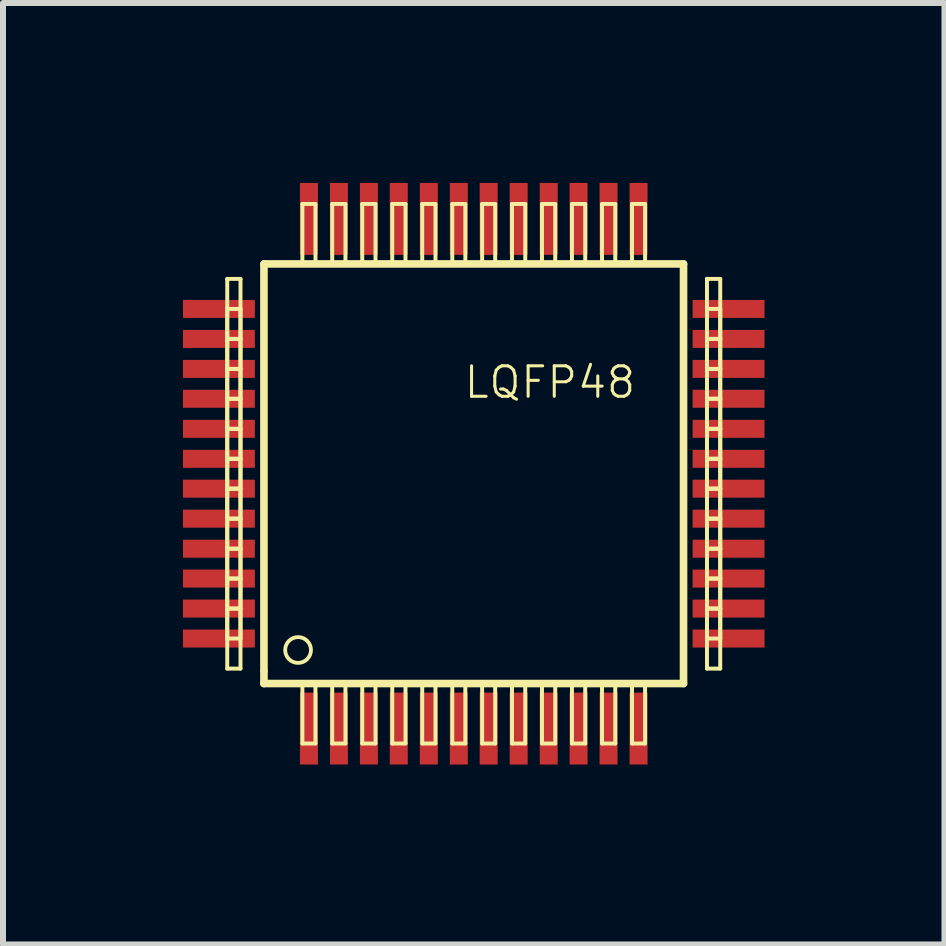
<source format=kicad_pcb>
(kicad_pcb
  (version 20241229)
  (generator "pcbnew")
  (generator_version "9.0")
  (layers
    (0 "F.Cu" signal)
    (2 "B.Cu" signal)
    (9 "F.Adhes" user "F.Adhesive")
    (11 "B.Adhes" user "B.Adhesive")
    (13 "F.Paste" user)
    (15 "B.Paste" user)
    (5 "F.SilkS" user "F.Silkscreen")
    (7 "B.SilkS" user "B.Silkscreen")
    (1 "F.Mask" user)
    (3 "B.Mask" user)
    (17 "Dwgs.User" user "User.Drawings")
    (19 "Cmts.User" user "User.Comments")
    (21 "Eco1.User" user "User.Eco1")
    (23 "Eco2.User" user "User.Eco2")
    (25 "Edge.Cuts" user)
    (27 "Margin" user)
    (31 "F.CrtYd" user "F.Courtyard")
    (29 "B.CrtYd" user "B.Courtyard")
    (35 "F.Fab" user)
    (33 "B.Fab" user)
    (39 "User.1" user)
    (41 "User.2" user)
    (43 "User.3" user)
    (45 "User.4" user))
  (footprint "LQFP48"
    (layer "F.Cu")
    (at 4.849 4.849)
    (property "Reference" "LQFP48" (at 1.27 -1.524 0) (layer "F.SilkS") (effects (font (size 0.508 0.508) (thickness 0.051))))
    (attr smd)
    (fp_line (start -4.11 -3.249) (end -3.889 -3.249) (stroke (width 0.066) (type solid)) (layer "F.SilkS"))
    (fp_line (start -4.11 -2.748) (end -3.889 -2.748) (stroke (width 0.066) (type solid)) (layer "F.SilkS"))
    (fp_line (start -4.11 -2.248) (end -4.11 -3.249) (stroke (width 0.066) (type solid)) (layer "F.SilkS"))
    (fp_line (start -4.11 -2.248) (end -3.889 -2.248) (stroke (width 0.066) (type solid)) (layer "F.SilkS"))
    (fp_line (start -4.11 -2.248) (end -3.889 -2.248) (stroke (width 0.066) (type solid)) (layer "F.SilkS"))
    (fp_line (start -4.11 -1.748) (end -4.11 -2.748) (stroke (width 0.066) (type solid)) (layer "F.SilkS"))
    (fp_line (start -4.11 -1.748) (end -3.889 -1.748) (stroke (width 0.066) (type solid)) (layer "F.SilkS"))
    (fp_line (start -4.11 -1.748) (end -3.889 -1.748) (stroke (width 0.066) (type solid)) (layer "F.SilkS"))
    (fp_line (start -4.11 -1.25) (end -4.11 -2.248) (stroke (width 0.066) (type solid)) (layer "F.SilkS"))
    (fp_line (start -4.11 -1.25) (end -3.889 -1.25) (stroke (width 0.066) (type solid)) (layer "F.SilkS"))
    (fp_line (start -4.11 -1.25) (end -3.889 -1.25) (stroke (width 0.066) (type solid)) (layer "F.SilkS"))
    (fp_line (start -4.11 -0.749) (end -4.11 -1.748) (stroke (width 0.066) (type solid)) (layer "F.SilkS"))
    (fp_line (start -4.11 -0.749) (end -3.889 -0.749) (stroke (width 0.066) (type solid)) (layer "F.SilkS"))
    (fp_line (start -4.11 -0.749) (end -3.889 -0.749) (stroke (width 0.066) (type solid)) (layer "F.SilkS"))
    (fp_line (start -4.11 -0.249) (end -4.11 -1.25) (stroke (width 0.066) (type solid)) (layer "F.SilkS"))
    (fp_line (start -4.11 -0.249) (end -3.889 -0.249) (stroke (width 0.066) (type solid)) (layer "F.SilkS"))
    (fp_line (start -4.11 -0.249) (end -3.889 -0.249) (stroke (width 0.066) (type solid)) (layer "F.SilkS"))
    (fp_line (start -4.11 0.249) (end -4.11 -0.749) (stroke (width 0.066) (type solid)) (layer "F.SilkS"))
    (fp_line (start -4.11 0.249) (end -3.889 0.249) (stroke (width 0.066) (type solid)) (layer "F.SilkS"))
    (fp_line (start -4.11 0.249) (end -3.889 0.249) (stroke (width 0.066) (type solid)) (layer "F.SilkS"))
    (fp_line (start -4.11 0.749) (end -4.11 -0.249) (stroke (width 0.066) (type solid)) (layer "F.SilkS"))
    (fp_line (start -4.11 0.749) (end -3.889 0.749) (stroke (width 0.066) (type solid)) (layer "F.SilkS"))
    (fp_line (start -4.11 0.749) (end -3.889 0.749) (stroke (width 0.066) (type solid)) (layer "F.SilkS"))
    (fp_line (start -4.11 1.25) (end -4.11 0.249) (stroke (width 0.066) (type solid)) (layer "F.SilkS"))
    (fp_line (start -4.11 1.25) (end -3.889 1.25) (stroke (width 0.066) (type solid)) (layer "F.SilkS"))
    (fp_line (start -4.11 1.25) (end -3.889 1.25) (stroke (width 0.066) (type solid)) (layer "F.SilkS"))
    (fp_line (start -4.11 1.748) (end -4.11 0.749) (stroke (width 0.066) (type solid)) (layer "F.SilkS"))
    (fp_line (start -4.11 1.748) (end -3.889 1.748) (stroke (width 0.066) (type solid)) (layer "F.SilkS"))
    (fp_line (start -4.11 1.748) (end -3.889 1.748) (stroke (width 0.066) (type solid)) (layer "F.SilkS"))
    (fp_line (start -4.11 2.248) (end -4.11 1.25) (stroke (width 0.066) (type solid)) (layer "F.SilkS"))
    (fp_line (start -4.11 2.248) (end -3.889 2.248) (stroke (width 0.066) (type solid)) (layer "F.SilkS"))
    (fp_line (start -4.11 2.248) (end -3.889 2.248) (stroke (width 0.066) (type solid)) (layer "F.SilkS"))
    (fp_line (start -4.11 2.748) (end -4.11 1.748) (stroke (width 0.066) (type solid)) (layer "F.SilkS"))
    (fp_line (start -4.11 2.748) (end -3.889 2.748) (stroke (width 0.066) (type solid)) (layer "F.SilkS"))
    (fp_line (start -4.11 3.249) (end -4.11 2.248) (stroke (width 0.066) (type solid)) (layer "F.SilkS"))
    (fp_line (start -4.11 3.249) (end -3.889 3.249) (stroke (width 0.066) (type solid)) (layer "F.SilkS"))
    (fp_line (start -3.889 -2.248) (end -3.889 -3.249) (stroke (width 0.066) (type solid)) (layer "F.SilkS"))
    (fp_line (start -3.889 -1.748) (end -3.889 -2.748) (stroke (width 0.066) (type solid)) (layer "F.SilkS"))
    (fp_line (start -3.889 -1.25) (end -3.889 -2.248) (stroke (width 0.066) (type solid)) (layer "F.SilkS"))
    (fp_line (start -3.889 -0.749) (end -3.889 -1.748) (stroke (width 0.066) (type solid)) (layer "F.SilkS"))
    (fp_line (start -3.889 -0.249) (end -3.889 -1.25) (stroke (width 0.066) (type solid)) (layer "F.SilkS"))
    (fp_line (start -3.889 0.249) (end -3.889 -0.749) (stroke (width 0.066) (type solid)) (layer "F.SilkS"))
    (fp_line (start -3.889 0.749) (end -3.889 -0.249) (stroke (width 0.066) (type solid)) (layer "F.SilkS"))
    (fp_line (start -3.889 1.25) (end -3.889 0.249) (stroke (width 0.066) (type solid)) (layer "F.SilkS"))
    (fp_line (start -3.889 1.748) (end -3.889 0.749) (stroke (width 0.066) (type solid)) (layer "F.SilkS"))
    (fp_line (start -3.889 2.248) (end -3.889 1.25) (stroke (width 0.066) (type solid)) (layer "F.SilkS"))
    (fp_line (start -3.889 2.748) (end -3.889 1.748) (stroke (width 0.066) (type solid)) (layer "F.SilkS"))
    (fp_line (start -3.889 3.249) (end -3.889 2.248) (stroke (width 0.066) (type solid)) (layer "F.SilkS"))
    (fp_line (start -3.498 -3.498) (end 3.498 -3.498) (stroke (width 0.127) (type solid)) (layer "F.SilkS"))
    (fp_line (start -3.498 3.279) (end -3.498 -3.498) (stroke (width 0.127) (type solid)) (layer "F.SilkS"))
    (fp_line (start -3.498 3.498) (end -3.498 3.289) (stroke (width 0.127) (type solid)) (layer "F.SilkS"))
    (fp_line (start -2.857 -4.498) (end -2.639 -4.498) (stroke (width 0.066) (type solid)) (layer "F.SilkS"))
    (fp_line (start -2.857 -3.498) (end -2.857 -4.498) (stroke (width 0.066) (type solid)) (layer "F.SilkS"))
    (fp_line (start -2.857 -3.498) (end -2.639 -3.498) (stroke (width 0.066) (type solid)) (layer "F.SilkS"))
    (fp_line (start -2.857 3.498) (end -2.639 3.498) (stroke (width 0.066) (type solid)) (layer "F.SilkS"))
    (fp_line (start -2.857 4.498) (end -2.857 3.498) (stroke (width 0.066) (type solid)) (layer "F.SilkS"))
    (fp_line (start -2.857 4.498) (end -2.639 4.498) (stroke (width 0.066) (type solid)) (layer "F.SilkS"))
    (fp_line (start -2.639 -3.498) (end -2.639 -4.498) (stroke (width 0.066) (type solid)) (layer "F.SilkS"))
    (fp_line (start -2.639 4.498) (end -2.639 3.498) (stroke (width 0.066) (type solid)) (layer "F.SilkS"))
    (fp_line (start -2.36 -4.498) (end -2.139 -4.498) (stroke (width 0.066) (type solid)) (layer "F.SilkS"))
    (fp_line (start -2.36 -3.498) (end -2.36 -4.498) (stroke (width 0.066) (type solid)) (layer "F.SilkS"))
    (fp_line (start -2.36 -3.498) (end -2.139 -3.498) (stroke (width 0.066) (type solid)) (layer "F.SilkS"))
    (fp_line (start -2.36 3.498) (end -2.139 3.498) (stroke (width 0.066) (type solid)) (layer "F.SilkS"))
    (fp_line (start -2.36 4.498) (end -2.36 3.498) (stroke (width 0.066) (type solid)) (layer "F.SilkS"))
    (fp_line (start -2.36 4.498) (end -2.139 4.498) (stroke (width 0.066) (type solid)) (layer "F.SilkS"))
    (fp_line (start -2.139 -3.498) (end -2.139 -4.498) (stroke (width 0.066) (type solid)) (layer "F.SilkS"))
    (fp_line (start -2.139 4.498) (end -2.139 3.498) (stroke (width 0.066) (type solid)) (layer "F.SilkS"))
    (fp_line (start -1.859 -4.498) (end -1.638 -4.498) (stroke (width 0.066) (type solid)) (layer "F.SilkS"))
    (fp_line (start -1.859 -3.498) (end -1.859 -4.498) (stroke (width 0.066) (type solid)) (layer "F.SilkS"))
    (fp_line (start -1.859 -3.498) (end -1.638 -3.498) (stroke (width 0.066) (type solid)) (layer "F.SilkS"))
    (fp_line (start -1.859 3.498) (end -1.638 3.498) (stroke (width 0.066) (type solid)) (layer "F.SilkS"))
    (fp_line (start -1.859 4.498) (end -1.859 3.498) (stroke (width 0.066) (type solid)) (layer "F.SilkS"))
    (fp_line (start -1.859 4.498) (end -1.638 4.498) (stroke (width 0.066) (type solid)) (layer "F.SilkS"))
    (fp_line (start -1.638 -3.498) (end -1.638 -4.498) (stroke (width 0.066) (type solid)) (layer "F.SilkS"))
    (fp_line (start -1.638 4.498) (end -1.638 3.498) (stroke (width 0.066) (type solid)) (layer "F.SilkS"))
    (fp_line (start -1.359 -4.498) (end -1.138 -4.498) (stroke (width 0.066) (type solid)) (layer "F.SilkS"))
    (fp_line (start -1.359 -3.498) (end -1.359 -4.498) (stroke (width 0.066) (type solid)) (layer "F.SilkS"))
    (fp_line (start -1.359 -3.498) (end -1.138 -3.498) (stroke (width 0.066) (type solid)) (layer "F.SilkS"))
    (fp_line (start -1.359 3.498) (end -1.138 3.498) (stroke (width 0.066) (type solid)) (layer "F.SilkS"))
    (fp_line (start -1.359 4.498) (end -1.359 3.498) (stroke (width 0.066) (type solid)) (layer "F.SilkS"))
    (fp_line (start -1.359 4.498) (end -1.138 4.498) (stroke (width 0.066) (type solid)) (layer "F.SilkS"))
    (fp_line (start -1.138 -3.498) (end -1.138 -4.498) (stroke (width 0.066) (type solid)) (layer "F.SilkS"))
    (fp_line (start -1.138 4.498) (end -1.138 3.498) (stroke (width 0.066) (type solid)) (layer "F.SilkS"))
    (fp_line (start -0.859 -4.498) (end -0.638 -4.498) (stroke (width 0.066) (type solid)) (layer "F.SilkS"))
    (fp_line (start -0.859 -3.498) (end -0.859 -4.498) (stroke (width 0.066) (type solid)) (layer "F.SilkS"))
    (fp_line (start -0.859 -3.498) (end -0.638 -3.498) (stroke (width 0.066) (type solid)) (layer "F.SilkS"))
    (fp_line (start -0.859 3.498) (end -0.638 3.498) (stroke (width 0.066) (type solid)) (layer "F.SilkS"))
    (fp_line (start -0.859 4.498) (end -0.859 3.498) (stroke (width 0.066) (type solid)) (layer "F.SilkS"))
    (fp_line (start -0.859 4.498) (end -0.638 4.498) (stroke (width 0.066) (type solid)) (layer "F.SilkS"))
    (fp_line (start -0.638 -3.498) (end -0.638 -4.498) (stroke (width 0.066) (type solid)) (layer "F.SilkS"))
    (fp_line (start -0.638 4.498) (end -0.638 3.498) (stroke (width 0.066) (type solid)) (layer "F.SilkS"))
    (fp_line (start -0.358 -4.498) (end -0.14 -4.498) (stroke (width 0.066) (type solid)) (layer "F.SilkS"))
    (fp_line (start -0.358 -3.498) (end -0.358 -4.498) (stroke (width 0.066) (type solid)) (layer "F.SilkS"))
    (fp_line (start -0.358 -3.498) (end -0.14 -3.498) (stroke (width 0.066) (type solid)) (layer "F.SilkS"))
    (fp_line (start -0.358 3.498) (end -0.14 3.498) (stroke (width 0.066) (type solid)) (layer "F.SilkS"))
    (fp_line (start -0.358 4.498) (end -0.358 3.498) (stroke (width 0.066) (type solid)) (layer "F.SilkS"))
    (fp_line (start -0.358 4.498) (end -0.14 4.498) (stroke (width 0.066) (type solid)) (layer "F.SilkS"))
    (fp_line (start -0.14 -3.498) (end -0.14 -4.498) (stroke (width 0.066) (type solid)) (layer "F.SilkS"))
    (fp_line (start -0.14 4.498) (end -0.14 3.498) (stroke (width 0.066) (type solid)) (layer "F.SilkS"))
    (fp_line (start 0.14 -4.498) (end 0.358 -4.498) (stroke (width 0.066) (type solid)) (layer "F.SilkS"))
    (fp_line (start 0.14 -3.498) (end 0.14 -4.498) (stroke (width 0.066) (type solid)) (layer "F.SilkS"))
    (fp_line (start 0.14 -3.498) (end 0.358 -3.498) (stroke (width 0.066) (type solid)) (layer "F.SilkS"))
    (fp_line (start 0.14 3.498) (end 0.358 3.498) (stroke (width 0.066) (type solid)) (layer "F.SilkS"))
    (fp_line (start 0.14 4.498) (end 0.14 3.498) (stroke (width 0.066) (type solid)) (layer "F.SilkS"))
    (fp_line (start 0.14 4.498) (end 0.358 4.498) (stroke (width 0.066) (type solid)) (layer "F.SilkS"))
    (fp_line (start 0.358 -3.498) (end 0.358 -4.498) (stroke (width 0.066) (type solid)) (layer "F.SilkS"))
    (fp_line (start 0.358 4.498) (end 0.358 3.498) (stroke (width 0.066) (type solid)) (layer "F.SilkS"))
    (fp_line (start 0.638 -4.498) (end 0.859 -4.498) (stroke (width 0.066) (type solid)) (layer "F.SilkS"))
    (fp_line (start 0.638 -3.498) (end 0.638 -4.498) (stroke (width 0.066) (type solid)) (layer "F.SilkS"))
    (fp_line (start 0.638 -3.498) (end 0.859 -3.498) (stroke (width 0.066) (type solid)) (layer "F.SilkS"))
    (fp_line (start 0.638 3.498) (end 0.859 3.498) (stroke (width 0.066) (type solid)) (layer "F.SilkS"))
    (fp_line (start 0.638 4.498) (end 0.638 3.498) (stroke (width 0.066) (type solid)) (layer "F.SilkS"))
    (fp_line (start 0.638 4.498) (end 0.859 4.498) (stroke (width 0.066) (type solid)) (layer "F.SilkS"))
    (fp_line (start 0.859 -3.498) (end 0.859 -4.498) (stroke (width 0.066) (type solid)) (layer "F.SilkS"))
    (fp_line (start 0.859 4.498) (end 0.859 3.498) (stroke (width 0.066) (type solid)) (layer "F.SilkS"))
    (fp_line (start 1.138 -4.498) (end 1.359 -4.498) (stroke (width 0.066) (type solid)) (layer "F.SilkS"))
    (fp_line (start 1.138 -3.498) (end 1.138 -4.498) (stroke (width 0.066) (type solid)) (layer "F.SilkS"))
    (fp_line (start 1.138 -3.498) (end 1.359 -3.498) (stroke (width 0.066) (type solid)) (layer "F.SilkS"))
    (fp_line (start 1.138 3.498) (end 1.359 3.498) (stroke (width 0.066) (type solid)) (layer "F.SilkS"))
    (fp_line (start 1.138 4.498) (end 1.138 3.498) (stroke (width 0.066) (type solid)) (layer "F.SilkS"))
    (fp_line (start 1.138 4.498) (end 1.359 4.498) (stroke (width 0.066) (type solid)) (layer "F.SilkS"))
    (fp_line (start 1.359 -3.498) (end 1.359 -4.498) (stroke (width 0.066) (type solid)) (layer "F.SilkS"))
    (fp_line (start 1.359 4.498) (end 1.359 3.498) (stroke (width 0.066) (type solid)) (layer "F.SilkS"))
    (fp_line (start 1.638 -4.498) (end 1.859 -4.498) (stroke (width 0.066) (type solid)) (layer "F.SilkS"))
    (fp_line (start 1.638 -3.498) (end 1.638 -4.498) (stroke (width 0.066) (type solid)) (layer "F.SilkS"))
    (fp_line (start 1.638 -3.498) (end 1.859 -3.498) (stroke (width 0.066) (type solid)) (layer "F.SilkS"))
    (fp_line (start 1.638 3.498) (end 1.859 3.498) (stroke (width 0.066) (type solid)) (layer "F.SilkS"))
    (fp_line (start 1.638 4.498) (end 1.638 3.498) (stroke (width 0.066) (type solid)) (layer "F.SilkS"))
    (fp_line (start 1.638 4.498) (end 1.859 4.498) (stroke (width 0.066) (type solid)) (layer "F.SilkS"))
    (fp_line (start 1.859 -3.498) (end 1.859 -4.498) (stroke (width 0.066) (type solid)) (layer "F.SilkS"))
    (fp_line (start 1.859 4.498) (end 1.859 3.498) (stroke (width 0.066) (type solid)) (layer "F.SilkS"))
    (fp_line (start 2.139 -4.498) (end 2.36 -4.498) (stroke (width 0.066) (type solid)) (layer "F.SilkS"))
    (fp_line (start 2.139 -3.498) (end 2.139 -4.498) (stroke (width 0.066) (type solid)) (layer "F.SilkS"))
    (fp_line (start 2.139 -3.498) (end 2.36 -3.498) (stroke (width 0.066) (type solid)) (layer "F.SilkS"))
    (fp_line (start 2.139 3.498) (end 2.36 3.498) (stroke (width 0.066) (type solid)) (layer "F.SilkS"))
    (fp_line (start 2.139 4.498) (end 2.139 3.498) (stroke (width 0.066) (type solid)) (layer "F.SilkS"))
    (fp_line (start 2.139 4.498) (end 2.36 4.498) (stroke (width 0.066) (type solid)) (layer "F.SilkS"))
    (fp_line (start 2.36 -3.498) (end 2.36 -4.498) (stroke (width 0.066) (type solid)) (layer "F.SilkS"))
    (fp_line (start 2.36 4.498) (end 2.36 3.498) (stroke (width 0.066) (type solid)) (layer "F.SilkS"))
    (fp_line (start 2.639 -4.498) (end 2.857 -4.498) (stroke (width 0.066) (type solid)) (layer "F.SilkS"))
    (fp_line (start 2.639 -3.498) (end 2.639 -4.498) (stroke (width 0.066) (type solid)) (layer "F.SilkS"))
    (fp_line (start 2.639 -3.498) (end 2.857 -3.498) (stroke (width 0.066) (type solid)) (layer "F.SilkS"))
    (fp_line (start 2.639 3.498) (end 2.857 3.498) (stroke (width 0.066) (type solid)) (layer "F.SilkS"))
    (fp_line (start 2.639 4.498) (end 2.639 3.498) (stroke (width 0.066) (type solid)) (layer "F.SilkS"))
    (fp_line (start 2.639 4.498) (end 2.857 4.498) (stroke (width 0.066) (type solid)) (layer "F.SilkS"))
    (fp_line (start 2.857 -3.498) (end 2.857 -4.498) (stroke (width 0.066) (type solid)) (layer "F.SilkS"))
    (fp_line (start 2.857 4.498) (end 2.857 3.498) (stroke (width 0.066) (type solid)) (layer "F.SilkS"))
    (fp_line (start 3.498 -3.498) (end 3.498 3.498) (stroke (width 0.127) (type solid)) (layer "F.SilkS"))
    (fp_line (start 3.498 3.498) (end -3.498 3.498) (stroke (width 0.127) (type solid)) (layer "F.SilkS"))
    (fp_line (start 3.889 -3.249) (end 4.11 -3.249) (stroke (width 0.066) (type solid)) (layer "F.SilkS"))
    (fp_line (start 3.889 -2.748) (end 4.11 -2.748) (stroke (width 0.066) (type solid)) (layer "F.SilkS"))
    (fp_line (start 3.889 -2.248) (end 3.889 -3.249) (stroke (width 0.066) (type solid)) (layer "F.SilkS"))
    (fp_line (start 3.889 -2.248) (end 4.11 -2.248) (stroke (width 0.066) (type solid)) (layer "F.SilkS"))
    (fp_line (start 3.889 -2.248) (end 4.11 -2.248) (stroke (width 0.066) (type solid)) (layer "F.SilkS"))
    (fp_line (start 3.889 -1.748) (end 3.889 -2.748) (stroke (width 0.066) (type solid)) (layer "F.SilkS"))
    (fp_line (start 3.889 -1.748) (end 4.11 -1.748) (stroke (width 0.066) (type solid)) (layer "F.SilkS"))
    (fp_line (start 3.889 -1.748) (end 4.11 -1.748) (stroke (width 0.066) (type solid)) (layer "F.SilkS"))
    (fp_line (start 3.889 -1.25) (end 3.889 -2.248) (stroke (width 0.066) (type solid)) (layer "F.SilkS"))
    (fp_line (start 3.889 -1.25) (end 4.11 -1.25) (stroke (width 0.066) (type solid)) (layer "F.SilkS"))
    (fp_line (start 3.889 -1.25) (end 4.11 -1.25) (stroke (width 0.066) (type solid)) (layer "F.SilkS"))
    (fp_line (start 3.889 -0.749) (end 3.889 -1.748) (stroke (width 0.066) (type solid)) (layer "F.SilkS"))
    (fp_line (start 3.889 -0.749) (end 4.11 -0.749) (stroke (width 0.066) (type solid)) (layer "F.SilkS"))
    (fp_line (start 3.889 -0.749) (end 4.11 -0.749) (stroke (width 0.066) (type solid)) (layer "F.SilkS"))
    (fp_line (start 3.889 -0.249) (end 3.889 -1.25) (stroke (width 0.066) (type solid)) (layer "F.SilkS"))
    (fp_line (start 3.889 -0.249) (end 4.11 -0.249) (stroke (width 0.066) (type solid)) (layer "F.SilkS"))
    (fp_line (start 3.889 -0.249) (end 4.11 -0.249) (stroke (width 0.066) (type solid)) (layer "F.SilkS"))
    (fp_line (start 3.889 0.249) (end 3.889 -0.749) (stroke (width 0.066) (type solid)) (layer "F.SilkS"))
    (fp_line (start 3.889 0.249) (end 4.11 0.249) (stroke (width 0.066) (type solid)) (layer "F.SilkS"))
    (fp_line (start 3.889 0.249) (end 4.11 0.249) (stroke (width 0.066) (type solid)) (layer "F.SilkS"))
    (fp_line (start 3.889 0.749) (end 3.889 -0.249) (stroke (width 0.066) (type solid)) (layer "F.SilkS"))
    (fp_line (start 3.889 0.749) (end 4.11 0.749) (stroke (width 0.066) (type solid)) (layer "F.SilkS"))
    (fp_line (start 3.889 0.749) (end 4.11 0.749) (stroke (width 0.066) (type solid)) (layer "F.SilkS"))
    (fp_line (start 3.889 1.25) (end 3.889 0.249) (stroke (width 0.066) (type solid)) (layer "F.SilkS"))
    (fp_line (start 3.889 1.25) (end 4.11 1.25) (stroke (width 0.066) (type solid)) (layer "F.SilkS"))
    (fp_line (start 3.889 1.25) (end 4.11 1.25) (stroke (width 0.066) (type solid)) (layer "F.SilkS"))
    (fp_line (start 3.889 1.748) (end 3.889 0.749) (stroke (width 0.066) (type solid)) (layer "F.SilkS"))
    (fp_line (start 3.889 1.748) (end 4.11 1.748) (stroke (width 0.066) (type solid)) (layer "F.SilkS"))
    (fp_line (start 3.889 1.748) (end 4.11 1.748) (stroke (width 0.066) (type solid)) (layer "F.SilkS"))
    (fp_line (start 3.889 2.248) (end 3.889 1.25) (stroke (width 0.066) (type solid)) (layer "F.SilkS"))
    (fp_line (start 3.889 2.248) (end 4.11 2.248) (stroke (width 0.066) (type solid)) (layer "F.SilkS"))
    (fp_line (start 3.889 2.248) (end 4.11 2.248) (stroke (width 0.066) (type solid)) (layer "F.SilkS"))
    (fp_line (start 3.889 2.748) (end 3.889 1.748) (stroke (width 0.066) (type solid)) (layer "F.SilkS"))
    (fp_line (start 3.889 2.748) (end 4.11 2.748) (stroke (width 0.066) (type solid)) (layer "F.SilkS"))
    (fp_line (start 3.889 3.249) (end 3.889 2.248) (stroke (width 0.066) (type solid)) (layer "F.SilkS"))
    (fp_line (start 3.889 3.249) (end 4.11 3.249) (stroke (width 0.066) (type solid)) (layer "F.SilkS"))
    (fp_line (start 4.11 -2.248) (end 4.11 -3.249) (stroke (width 0.066) (type solid)) (layer "F.SilkS"))
    (fp_line (start 4.11 -1.748) (end 4.11 -2.748) (stroke (width 0.066) (type solid)) (layer "F.SilkS"))
    (fp_line (start 4.11 -1.25) (end 4.11 -2.248) (stroke (width 0.066) (type solid)) (layer "F.SilkS"))
    (fp_line (start 4.11 -0.749) (end 4.11 -1.748) (stroke (width 0.066) (type solid)) (layer "F.SilkS"))
    (fp_line (start 4.11 -0.249) (end 4.11 -1.25) (stroke (width 0.066) (type solid)) (layer "F.SilkS"))
    (fp_line (start 4.11 0.249) (end 4.11 -0.749) (stroke (width 0.066) (type solid)) (layer "F.SilkS"))
    (fp_line (start 4.11 0.749) (end 4.11 -0.249) (stroke (width 0.066) (type solid)) (layer "F.SilkS"))
    (fp_line (start 4.11 1.25) (end 4.11 0.249) (stroke (width 0.066) (type solid)) (layer "F.SilkS"))
    (fp_line (start 4.11 1.748) (end 4.11 0.749) (stroke (width 0.066) (type solid)) (layer "F.SilkS"))
    (fp_line (start 4.11 2.248) (end 4.11 1.25) (stroke (width 0.066) (type solid)) (layer "F.SilkS"))
    (fp_line (start 4.11 2.748) (end 4.11 1.748) (stroke (width 0.066) (type solid)) (layer "F.SilkS"))
    (fp_line (start 4.11 3.249) (end 4.11 2.248) (stroke (width 0.066) (type solid)) (layer "F.SilkS"))
    (fp_circle (center -2.929 2.939) (end -3.081 3.091) (stroke (width 0.064) (type solid)) (fill no) (layer "F.SilkS"))
    (pad "1" smd rect (at -2.748 4.249 90) (size 1.199 0.3) (layers "F.Cu" "F.Mask" "F.Paste"))
    (pad "2" smd rect (at -2.248 4.249 90) (size 1.199 0.3) (layers "F.Cu" "F.Mask" "F.Paste"))
    (pad "3" smd rect (at -1.748 4.249 90) (size 1.199 0.3) (layers "F.Cu" "F.Mask" "F.Paste"))
    (pad "4" smd rect (at -1.25 4.249 90) (size 1.199 0.3) (layers "F.Cu" "F.Mask" "F.Paste"))
    (pad "5" smd rect (at -0.749 4.249 90) (size 1.199 0.3) (layers "F.Cu" "F.Mask" "F.Paste"))
    (pad "6" smd rect (at -0.249 4.249 90) (size 1.199 0.3) (layers "F.Cu" "F.Mask" "F.Paste"))
    (pad "7" smd rect (at 0.249 4.249 90) (size 1.199 0.3) (layers "F.Cu" "F.Mask" "F.Paste"))
    (pad "8" smd rect (at 0.749 4.249 90) (size 1.199 0.3) (layers "F.Cu" "F.Mask" "F.Paste"))
    (pad "9" smd rect (at 1.25 4.249 90) (size 1.199 0.3) (layers "F.Cu" "F.Mask" "F.Paste"))
    (pad "10" smd rect (at 1.748 4.249 90) (size 1.199 0.3) (layers "F.Cu" "F.Mask" "F.Paste"))
    (pad "11" smd rect (at 2.248 4.249 90) (size 1.199 0.3) (layers "F.Cu" "F.Mask" "F.Paste"))
    (pad "12" smd rect (at 2.748 4.249 90) (size 1.199 0.3) (layers "F.Cu" "F.Mask" "F.Paste"))
    (pad "13" smd rect (at 4.249 2.748 180) (size 1.199 0.3) (layers "F.Cu" "F.Mask" "F.Paste"))
    (pad "14" smd rect (at 4.249 2.248 180) (size 1.199 0.3) (layers "F.Cu" "F.Mask" "F.Paste"))
    (pad "15" smd rect (at 4.249 1.748 180) (size 1.199 0.3) (layers "F.Cu" "F.Mask" "F.Paste"))
    (pad "16" smd rect (at 4.249 1.25 180) (size 1.199 0.3) (layers "F.Cu" "F.Mask" "F.Paste"))
    (pad "17" smd rect (at 4.249 0.749 180) (size 1.199 0.3) (layers "F.Cu" "F.Mask" "F.Paste"))
    (pad "18" smd rect (at 4.249 0.249 180) (size 1.199 0.3) (layers "F.Cu" "F.Mask" "F.Paste"))
    (pad "19" smd rect (at 4.249 -0.249 180) (size 1.199 0.3) (layers "F.Cu" "F.Mask" "F.Paste"))
    (pad "20" smd rect (at 4.249 -0.749 180) (size 1.199 0.3) (layers "F.Cu" "F.Mask" "F.Paste"))
    (pad "21" smd rect (at 4.249 -1.25 180) (size 1.199 0.3) (layers "F.Cu" "F.Mask" "F.Paste"))
    (pad "22" smd rect (at 4.249 -1.748 180) (size 1.199 0.3) (layers "F.Cu" "F.Mask" "F.Paste"))
    (pad "23" smd rect (at 4.249 -2.248 180) (size 1.199 0.3) (layers "F.Cu" "F.Mask" "F.Paste"))
    (pad "24" smd rect (at 4.249 -2.748 180) (size 1.199 0.3) (layers "F.Cu" "F.Mask" "F.Paste"))
    (pad "25" smd rect (at 2.748 -4.249 270) (size 1.199 0.3) (layers "F.Cu" "F.Mask" "F.Paste"))
    (pad "26" smd rect (at 2.248 -4.249 270) (size 1.199 0.3) (layers "F.Cu" "F.Mask" "F.Paste"))
    (pad "27" smd rect (at 1.748 -4.249 270) (size 1.199 0.3) (layers "F.Cu" "F.Mask" "F.Paste"))
    (pad "28" smd rect (at 1.25 -4.249 270) (size 1.199 0.3) (layers "F.Cu" "F.Mask" "F.Paste"))
    (pad "29" smd rect (at 0.749 -4.249 270) (size 1.199 0.3) (layers "F.Cu" "F.Mask" "F.Paste"))
    (pad "30" smd rect (at 0.249 -4.249 270) (size 1.199 0.3) (layers "F.Cu" "F.Mask" "F.Paste"))
    (pad "31" smd rect (at -0.249 -4.249 270) (size 1.199 0.3) (layers "F.Cu" "F.Mask" "F.Paste"))
    (pad "32" smd rect (at -0.749 -4.249 270) (size 1.199 0.3) (layers "F.Cu" "F.Mask" "F.Paste"))
    (pad "33" smd rect (at -1.25 -4.249 270) (size 1.199 0.3) (layers "F.Cu" "F.Mask" "F.Paste"))
    (pad "34" smd rect (at -1.748 -4.249 270) (size 1.199 0.3) (layers "F.Cu" "F.Mask" "F.Paste"))
    (pad "35" smd rect (at -2.248 -4.249 270) (size 1.199 0.3) (layers "F.Cu" "F.Mask" "F.Paste"))
    (pad "36" smd rect (at -2.748 -4.249 270) (size 1.199 0.3) (layers "F.Cu" "F.Mask" "F.Paste"))
    (pad "37" smd rect (at -4.249 -2.748) (size 1.199 0.3) (layers "F.Cu" "F.Mask" "F.Paste"))
    (pad "38" smd rect (at -4.249 -2.248) (size 1.199 0.3) (layers "F.Cu" "F.Mask" "F.Paste"))
    (pad "39" smd rect (at -4.249 -1.748) (size 1.199 0.3) (layers "F.Cu" "F.Mask" "F.Paste"))
    (pad "40" smd rect (at -4.249 -1.25) (size 1.199 0.3) (layers "F.Cu" "F.Mask" "F.Paste"))
    (pad "41" smd rect (at -4.249 -0.749) (size 1.199 0.3) (layers "F.Cu" "F.Mask" "F.Paste"))
    (pad "42" smd rect (at -4.249 -0.249) (size 1.199 0.3) (layers "F.Cu" "F.Mask" "F.Paste"))
    (pad "43" smd rect (at -4.249 0.249) (size 1.199 0.3) (layers "F.Cu" "F.Mask" "F.Paste"))
    (pad "44" smd rect (at -4.249 0.749) (size 1.199 0.3) (layers "F.Cu" "F.Mask" "F.Paste"))
    (pad "45" smd rect (at -4.249 1.25) (size 1.199 0.3) (layers "F.Cu" "F.Mask" "F.Paste"))
    (pad "46" smd rect (at -4.249 1.748) (size 1.199 0.3) (layers "F.Cu" "F.Mask" "F.Paste"))
    (pad "47" smd rect (at -4.249 2.248) (size 1.199 0.3) (layers "F.Cu" "F.Mask" "F.Paste"))
    (pad "48" smd rect (at -4.249 2.748) (size 1.199 0.3) (layers "F.Cu" "F.Mask" "F.Paste")))
  (gr_rect
    (start -3 -3)
    (end 12.698 12.698)
    (stroke (width 0.1) (type default))
    (fill no)
    (layer "Edge.Cuts")))
</source>
